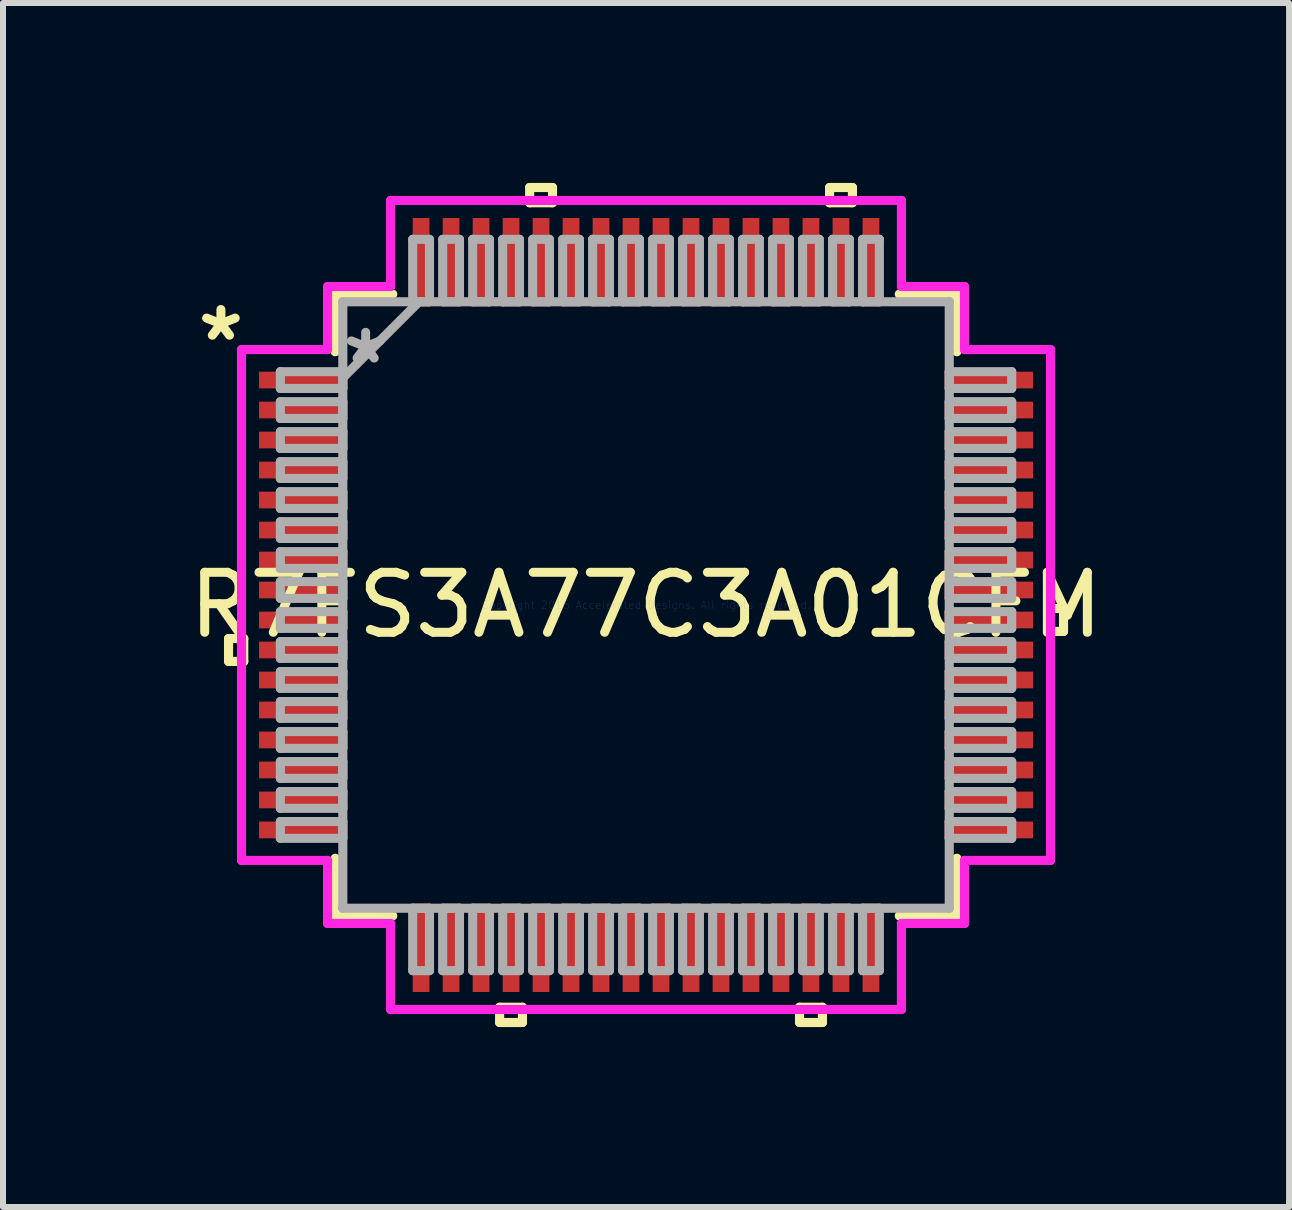
<source format=kicad_pcb>
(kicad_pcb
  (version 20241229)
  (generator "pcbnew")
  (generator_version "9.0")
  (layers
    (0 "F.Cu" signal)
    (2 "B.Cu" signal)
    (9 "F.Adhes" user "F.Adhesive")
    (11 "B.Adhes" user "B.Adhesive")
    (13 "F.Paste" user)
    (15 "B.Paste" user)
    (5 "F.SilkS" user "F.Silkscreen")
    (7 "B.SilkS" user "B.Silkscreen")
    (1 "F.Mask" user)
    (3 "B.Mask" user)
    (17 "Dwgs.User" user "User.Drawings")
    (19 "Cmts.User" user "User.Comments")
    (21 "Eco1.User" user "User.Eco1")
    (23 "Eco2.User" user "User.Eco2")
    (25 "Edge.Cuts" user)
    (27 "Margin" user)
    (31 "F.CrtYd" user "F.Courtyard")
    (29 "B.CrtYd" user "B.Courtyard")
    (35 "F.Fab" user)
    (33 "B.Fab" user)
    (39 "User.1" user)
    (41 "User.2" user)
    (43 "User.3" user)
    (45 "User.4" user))
  (footprint "R7FS3A77C3A01CFM"
    (layer "F.Cu")
    (at 7.72 7.036)
    (property "Reference" "R7FS3A77C3A01CFM" (at 0 0 0) (layer "F.SilkS") (effects (font (size 1 1) (thickness 0.15))))
    (attr through_hole)
    (fp_line (start -6.96 0.56) (end -6.96 0.941) (stroke (width 0.152) (type solid)) (layer "F.SilkS"))
    (fp_line (start -6.96 0.941) (end -6.706 0.941) (stroke (width 0.152) (type solid)) (layer "F.SilkS"))
    (fp_line (start -6.706 0.56) (end -6.96 0.56) (stroke (width 0.152) (type solid)) (layer "F.SilkS"))
    (fp_line (start -6.706 0.941) (end -6.706 0.56) (stroke (width 0.152) (type solid)) (layer "F.SilkS"))
    (fp_line (start -5.182 -5.182) (end -5.182 -4.222) (stroke (width 0.152) (type solid)) (layer "F.SilkS"))
    (fp_line (start -5.182 4.222) (end -5.182 5.182) (stroke (width 0.152) (type solid)) (layer "F.SilkS"))
    (fp_line (start -5.182 5.182) (end -4.222 5.182) (stroke (width 0.152) (type solid)) (layer "F.SilkS"))
    (fp_line (start -4.222 -5.182) (end -5.182 -5.182) (stroke (width 0.152) (type solid)) (layer "F.SilkS"))
    (fp_line (start -2.441 6.706) (end -2.441 6.96) (stroke (width 0.152) (type solid)) (layer "F.SilkS"))
    (fp_line (start -2.441 6.96) (end -2.06 6.96) (stroke (width 0.152) (type solid)) (layer "F.SilkS"))
    (fp_line (start -2.06 6.706) (end -2.441 6.706) (stroke (width 0.152) (type solid)) (layer "F.SilkS"))
    (fp_line (start -2.06 6.96) (end -2.06 6.706) (stroke (width 0.152) (type solid)) (layer "F.SilkS"))
    (fp_line (start -1.94 -6.96) (end -1.559 -6.96) (stroke (width 0.152) (type solid)) (layer "F.SilkS"))
    (fp_line (start -1.94 -6.706) (end -1.94 -6.96) (stroke (width 0.152) (type solid)) (layer "F.SilkS"))
    (fp_line (start -1.559 -6.96) (end -1.559 -6.706) (stroke (width 0.152) (type solid)) (layer "F.SilkS"))
    (fp_line (start -1.559 -6.706) (end -1.94 -6.706) (stroke (width 0.152) (type solid)) (layer "F.SilkS"))
    (fp_line (start 2.559 6.706) (end 2.559 6.96) (stroke (width 0.152) (type solid)) (layer "F.SilkS"))
    (fp_line (start 2.559 6.96) (end 2.941 6.96) (stroke (width 0.152) (type solid)) (layer "F.SilkS"))
    (fp_line (start 2.941 6.706) (end 2.559 6.706) (stroke (width 0.152) (type solid)) (layer "F.SilkS"))
    (fp_line (start 2.941 6.96) (end 2.941 6.706) (stroke (width 0.152) (type solid)) (layer "F.SilkS"))
    (fp_line (start 3.06 -6.96) (end 3.441 -6.96) (stroke (width 0.152) (type solid)) (layer "F.SilkS"))
    (fp_line (start 3.06 -6.706) (end 3.06 -6.96) (stroke (width 0.152) (type solid)) (layer "F.SilkS"))
    (fp_line (start 3.441 -6.96) (end 3.441 -6.706) (stroke (width 0.152) (type solid)) (layer "F.SilkS"))
    (fp_line (start 3.441 -6.706) (end 3.06 -6.706) (stroke (width 0.152) (type solid)) (layer "F.SilkS"))
    (fp_line (start 4.222 5.182) (end 5.182 5.182) (stroke (width 0.152) (type solid)) (layer "F.SilkS"))
    (fp_line (start 5.182 -5.182) (end 4.222 -5.182) (stroke (width 0.152) (type solid)) (layer "F.SilkS"))
    (fp_line (start 5.182 -4.222) (end 5.182 -5.182) (stroke (width 0.152) (type solid)) (layer "F.SilkS"))
    (fp_line (start 5.182 5.182) (end 5.182 4.222) (stroke (width 0.152) (type solid)) (layer "F.SilkS"))
    (fp_line (start 6.706 0.059) (end 6.96 0.059) (stroke (width 0.152) (type solid)) (layer "F.SilkS"))
    (fp_line (start 6.706 0.441) (end 6.706 0.059) (stroke (width 0.152) (type solid)) (layer "F.SilkS"))
    (fp_line (start 6.96 0.059) (end 6.96 0.441) (stroke (width 0.152) (type solid)) (layer "F.SilkS"))
    (fp_line (start 6.96 0.441) (end 6.706 0.441) (stroke (width 0.152) (type solid)) (layer "F.SilkS"))
    (fp_line (start -6.744 -4.258) (end -5.309 -4.258) (stroke (width 0.152) (type solid)) (layer "F.CrtYd"))
    (fp_line (start -6.744 4.258) (end -6.744 -4.258) (stroke (width 0.152) (type solid)) (layer "F.CrtYd"))
    (fp_line (start -5.309 -5.309) (end -4.258 -5.309) (stroke (width 0.152) (type solid)) (layer "F.CrtYd"))
    (fp_line (start -5.309 -4.258) (end -5.309 -5.309) (stroke (width 0.152) (type solid)) (layer "F.CrtYd"))
    (fp_line (start -5.309 4.258) (end -6.744 4.258) (stroke (width 0.152) (type solid)) (layer "F.CrtYd"))
    (fp_line (start -5.309 5.309) (end -5.309 4.258) (stroke (width 0.152) (type solid)) (layer "F.CrtYd"))
    (fp_line (start -4.258 -6.744) (end 4.258 -6.744) (stroke (width 0.152) (type solid)) (layer "F.CrtYd"))
    (fp_line (start -4.258 -5.309) (end -4.258 -6.744) (stroke (width 0.152) (type solid)) (layer "F.CrtYd"))
    (fp_line (start -4.258 5.309) (end -5.309 5.309) (stroke (width 0.152) (type solid)) (layer "F.CrtYd"))
    (fp_line (start -4.258 6.744) (end -4.258 5.309) (stroke (width 0.152) (type solid)) (layer "F.CrtYd"))
    (fp_line (start 4.258 -6.744) (end 4.258 -5.309) (stroke (width 0.152) (type solid)) (layer "F.CrtYd"))
    (fp_line (start 4.258 -5.309) (end 5.309 -5.309) (stroke (width 0.152) (type solid)) (layer "F.CrtYd"))
    (fp_line (start 4.258 5.309) (end 4.258 6.744) (stroke (width 0.152) (type solid)) (layer "F.CrtYd"))
    (fp_line (start 4.258 6.744) (end -4.258 6.744) (stroke (width 0.152) (type solid)) (layer "F.CrtYd"))
    (fp_line (start 5.309 -5.309) (end 5.309 -4.258) (stroke (width 0.152) (type solid)) (layer "F.CrtYd"))
    (fp_line (start 5.309 -4.258) (end 6.744 -4.258) (stroke (width 0.152) (type solid)) (layer "F.CrtYd"))
    (fp_line (start 5.309 4.258) (end 5.309 5.309) (stroke (width 0.152) (type solid)) (layer "F.CrtYd"))
    (fp_line (start 5.309 5.309) (end 4.258 5.309) (stroke (width 0.152) (type solid)) (layer "F.CrtYd"))
    (fp_line (start 6.744 -4.258) (end 6.744 4.258) (stroke (width 0.152) (type solid)) (layer "F.CrtYd"))
    (fp_line (start 6.744 4.258) (end 5.309 4.258) (stroke (width 0.152) (type solid)) (layer "F.CrtYd"))
    (fp_line (start -6.096 -3.89) (end -6.096 -3.61) (stroke (width 0.152) (type solid)) (layer "F.Fab"))
    (fp_line (start -6.096 -3.61) (end -5.055 -3.61) (stroke (width 0.152) (type solid)) (layer "F.Fab"))
    (fp_line (start -6.096 -3.39) (end -6.096 -3.11) (stroke (width 0.152) (type solid)) (layer "F.Fab"))
    (fp_line (start -6.096 -3.11) (end -5.055 -3.11) (stroke (width 0.152) (type solid)) (layer "F.Fab"))
    (fp_line (start -6.096 -2.89) (end -6.096 -2.61) (stroke (width 0.152) (type solid)) (layer "F.Fab"))
    (fp_line (start -6.096 -2.61) (end -5.055 -2.61) (stroke (width 0.152) (type solid)) (layer "F.Fab"))
    (fp_line (start -6.096 -2.39) (end -6.096 -2.11) (stroke (width 0.152) (type solid)) (layer "F.Fab"))
    (fp_line (start -6.096 -2.11) (end -5.055 -2.11) (stroke (width 0.152) (type solid)) (layer "F.Fab"))
    (fp_line (start -6.096 -1.89) (end -6.096 -1.61) (stroke (width 0.152) (type solid)) (layer "F.Fab"))
    (fp_line (start -6.096 -1.61) (end -5.055 -1.61) (stroke (width 0.152) (type solid)) (layer "F.Fab"))
    (fp_line (start -6.096 -1.39) (end -6.096 -1.11) (stroke (width 0.152) (type solid)) (layer "F.Fab"))
    (fp_line (start -6.096 -1.11) (end -5.055 -1.11) (stroke (width 0.152) (type solid)) (layer "F.Fab"))
    (fp_line (start -6.096 -0.89) (end -6.096 -0.61) (stroke (width 0.152) (type solid)) (layer "F.Fab"))
    (fp_line (start -6.096 -0.61) (end -5.055 -0.61) (stroke (width 0.152) (type solid)) (layer "F.Fab"))
    (fp_line (start -6.096 -0.39) (end -6.096 -0.11) (stroke (width 0.152) (type solid)) (layer "F.Fab"))
    (fp_line (start -6.096 -0.11) (end -5.055 -0.11) (stroke (width 0.152) (type solid)) (layer "F.Fab"))
    (fp_line (start -6.096 0.11) (end -6.096 0.39) (stroke (width 0.152) (type solid)) (layer "F.Fab"))
    (fp_line (start -6.096 0.39) (end -5.055 0.39) (stroke (width 0.152) (type solid)) (layer "F.Fab"))
    (fp_line (start -6.096 0.61) (end -6.096 0.89) (stroke (width 0.152) (type solid)) (layer "F.Fab"))
    (fp_line (start -6.096 0.89) (end -5.055 0.89) (stroke (width 0.152) (type solid)) (layer "F.Fab"))
    (fp_line (start -6.096 1.11) (end -6.096 1.39) (stroke (width 0.152) (type solid)) (layer "F.Fab"))
    (fp_line (start -6.096 1.39) (end -5.055 1.39) (stroke (width 0.152) (type solid)) (layer "F.Fab"))
    (fp_line (start -6.096 1.61) (end -6.096 1.89) (stroke (width 0.152) (type solid)) (layer "F.Fab"))
    (fp_line (start -6.096 1.89) (end -5.055 1.89) (stroke (width 0.152) (type solid)) (layer "F.Fab"))
    (fp_line (start -6.096 2.11) (end -6.096 2.39) (stroke (width 0.152) (type solid)) (layer "F.Fab"))
    (fp_line (start -6.096 2.39) (end -5.055 2.39) (stroke (width 0.152) (type solid)) (layer "F.Fab"))
    (fp_line (start -6.096 2.61) (end -6.096 2.89) (stroke (width 0.152) (type solid)) (layer "F.Fab"))
    (fp_line (start -6.096 2.89) (end -5.055 2.89) (stroke (width 0.152) (type solid)) (layer "F.Fab"))
    (fp_line (start -6.096 3.11) (end -6.096 3.39) (stroke (width 0.152) (type solid)) (layer "F.Fab"))
    (fp_line (start -6.096 3.39) (end -5.055 3.39) (stroke (width 0.152) (type solid)) (layer "F.Fab"))
    (fp_line (start -6.096 3.61) (end -6.096 3.89) (stroke (width 0.152) (type solid)) (layer "F.Fab"))
    (fp_line (start -6.096 3.89) (end -5.055 3.89) (stroke (width 0.152) (type solid)) (layer "F.Fab"))
    (fp_line (start -5.055 -5.055) (end -5.055 -5.055) (stroke (width 0.152) (type solid)) (layer "F.Fab"))
    (fp_line (start -5.055 -5.055) (end -5.055 5.055) (stroke (width 0.152) (type solid)) (layer "F.Fab"))
    (fp_line (start -5.055 -3.89) (end -6.096 -3.89) (stroke (width 0.152) (type solid)) (layer "F.Fab"))
    (fp_line (start -5.055 -3.785) (end -3.785 -5.055) (stroke (width 0.152) (type solid)) (layer "F.Fab"))
    (fp_line (start -5.055 -3.61) (end -5.055 -3.89) (stroke (width 0.152) (type solid)) (layer "F.Fab"))
    (fp_line (start -5.055 -3.39) (end -6.096 -3.39) (stroke (width 0.152) (type solid)) (layer "F.Fab"))
    (fp_line (start -5.055 -3.11) (end -5.055 -3.39) (stroke (width 0.152) (type solid)) (layer "F.Fab"))
    (fp_line (start -5.055 -2.89) (end -6.096 -2.89) (stroke (width 0.152) (type solid)) (layer "F.Fab"))
    (fp_line (start -5.055 -2.61) (end -5.055 -2.89) (stroke (width 0.152) (type solid)) (layer "F.Fab"))
    (fp_line (start -5.055 -2.39) (end -6.096 -2.39) (stroke (width 0.152) (type solid)) (layer "F.Fab"))
    (fp_line (start -5.055 -2.11) (end -5.055 -2.39) (stroke (width 0.152) (type solid)) (layer "F.Fab"))
    (fp_line (start -5.055 -1.89) (end -6.096 -1.89) (stroke (width 0.152) (type solid)) (layer "F.Fab"))
    (fp_line (start -5.055 -1.61) (end -5.055 -1.89) (stroke (width 0.152) (type solid)) (layer "F.Fab"))
    (fp_line (start -5.055 -1.39) (end -6.096 -1.39) (stroke (width 0.152) (type solid)) (layer "F.Fab"))
    (fp_line (start -5.055 -1.11) (end -5.055 -1.39) (stroke (width 0.152) (type solid)) (layer "F.Fab"))
    (fp_line (start -5.055 -0.89) (end -6.096 -0.89) (stroke (width 0.152) (type solid)) (layer "F.Fab"))
    (fp_line (start -5.055 -0.61) (end -5.055 -0.89) (stroke (width 0.152) (type solid)) (layer "F.Fab"))
    (fp_line (start -5.055 -0.39) (end -6.096 -0.39) (stroke (width 0.152) (type solid)) (layer "F.Fab"))
    (fp_line (start -5.055 -0.11) (end -5.055 -0.39) (stroke (width 0.152) (type solid)) (layer "F.Fab"))
    (fp_line (start -5.055 0.11) (end -6.096 0.11) (stroke (width 0.152) (type solid)) (layer "F.Fab"))
    (fp_line (start -5.055 0.39) (end -5.055 0.11) (stroke (width 0.152) (type solid)) (layer "F.Fab"))
    (fp_line (start -5.055 0.61) (end -6.096 0.61) (stroke (width 0.152) (type solid)) (layer "F.Fab"))
    (fp_line (start -5.055 0.89) (end -5.055 0.61) (stroke (width 0.152) (type solid)) (layer "F.Fab"))
    (fp_line (start -5.055 1.11) (end -6.096 1.11) (stroke (width 0.152) (type solid)) (layer "F.Fab"))
    (fp_line (start -5.055 1.39) (end -5.055 1.11) (stroke (width 0.152) (type solid)) (layer "F.Fab"))
    (fp_line (start -5.055 1.61) (end -6.096 1.61) (stroke (width 0.152) (type solid)) (layer "F.Fab"))
    (fp_line (start -5.055 1.89) (end -5.055 1.61) (stroke (width 0.152) (type solid)) (layer "F.Fab"))
    (fp_line (start -5.055 2.11) (end -6.096 2.11) (stroke (width 0.152) (type solid)) (layer "F.Fab"))
    (fp_line (start -5.055 2.39) (end -5.055 2.11) (stroke (width 0.152) (type solid)) (layer "F.Fab"))
    (fp_line (start -5.055 2.61) (end -6.096 2.61) (stroke (width 0.152) (type solid)) (layer "F.Fab"))
    (fp_line (start -5.055 2.89) (end -5.055 2.61) (stroke (width 0.152) (type solid)) (layer "F.Fab"))
    (fp_line (start -5.055 3.11) (end -6.096 3.11) (stroke (width 0.152) (type solid)) (layer "F.Fab"))
    (fp_line (start -5.055 3.39) (end -5.055 3.11) (stroke (width 0.152) (type solid)) (layer "F.Fab"))
    (fp_line (start -5.055 3.61) (end -6.096 3.61) (stroke (width 0.152) (type solid)) (layer "F.Fab"))
    (fp_line (start -5.055 3.89) (end -5.055 3.61) (stroke (width 0.152) (type solid)) (layer "F.Fab"))
    (fp_line (start -5.055 5.055) (end -5.055 5.055) (stroke (width 0.152) (type solid)) (layer "F.Fab"))
    (fp_line (start -5.055 5.055) (end 5.055 5.055) (stroke (width 0.152) (type solid)) (layer "F.Fab"))
    (fp_line (start -3.89 -6.096) (end -3.89 -5.055) (stroke (width 0.152) (type solid)) (layer "F.Fab"))
    (fp_line (start -3.89 -5.055) (end -3.61 -5.055) (stroke (width 0.152) (type solid)) (layer "F.Fab"))
    (fp_line (start -3.89 5.055) (end -3.89 6.096) (stroke (width 0.152) (type solid)) (layer "F.Fab"))
    (fp_line (start -3.89 6.096) (end -3.61 6.096) (stroke (width 0.152) (type solid)) (layer "F.Fab"))
    (fp_line (start -3.61 -6.096) (end -3.89 -6.096) (stroke (width 0.152) (type solid)) (layer "F.Fab"))
    (fp_line (start -3.61 -5.055) (end -3.61 -6.096) (stroke (width 0.152) (type solid)) (layer "F.Fab"))
    (fp_line (start -3.61 5.055) (end -3.89 5.055) (stroke (width 0.152) (type solid)) (layer "F.Fab"))
    (fp_line (start -3.61 6.096) (end -3.61 5.055) (stroke (width 0.152) (type solid)) (layer "F.Fab"))
    (fp_line (start -3.39 -6.096) (end -3.39 -5.055) (stroke (width 0.152) (type solid)) (layer "F.Fab"))
    (fp_line (start -3.39 -5.055) (end -3.11 -5.055) (stroke (width 0.152) (type solid)) (layer "F.Fab"))
    (fp_line (start -3.39 5.055) (end -3.39 6.096) (stroke (width 0.152) (type solid)) (layer "F.Fab"))
    (fp_line (start -3.39 6.096) (end -3.11 6.096) (stroke (width 0.152) (type solid)) (layer "F.Fab"))
    (fp_line (start -3.11 -6.096) (end -3.39 -6.096) (stroke (width 0.152) (type solid)) (layer "F.Fab"))
    (fp_line (start -3.11 -5.055) (end -3.11 -6.096) (stroke (width 0.152) (type solid)) (layer "F.Fab"))
    (fp_line (start -3.11 5.055) (end -3.39 5.055) (stroke (width 0.152) (type solid)) (layer "F.Fab"))
    (fp_line (start -3.11 6.096) (end -3.11 5.055) (stroke (width 0.152) (type solid)) (layer "F.Fab"))
    (fp_line (start -2.89 -6.096) (end -2.89 -5.055) (stroke (width 0.152) (type solid)) (layer "F.Fab"))
    (fp_line (start -2.89 -5.055) (end -2.61 -5.055) (stroke (width 0.152) (type solid)) (layer "F.Fab"))
    (fp_line (start -2.89 5.055) (end -2.89 6.096) (stroke (width 0.152) (type solid)) (layer "F.Fab"))
    (fp_line (start -2.89 6.096) (end -2.61 6.096) (stroke (width 0.152) (type solid)) (layer "F.Fab"))
    (fp_line (start -2.61 -6.096) (end -2.89 -6.096) (stroke (width 0.152) (type solid)) (layer "F.Fab"))
    (fp_line (start -2.61 -5.055) (end -2.61 -6.096) (stroke (width 0.152) (type solid)) (layer "F.Fab"))
    (fp_line (start -2.61 5.055) (end -2.89 5.055) (stroke (width 0.152) (type solid)) (layer "F.Fab"))
    (fp_line (start -2.61 6.096) (end -2.61 5.055) (stroke (width 0.152) (type solid)) (layer "F.Fab"))
    (fp_line (start -2.39 -6.096) (end -2.39 -5.055) (stroke (width 0.152) (type solid)) (layer "F.Fab"))
    (fp_line (start -2.39 -5.055) (end -2.11 -5.055) (stroke (width 0.152) (type solid)) (layer "F.Fab"))
    (fp_line (start -2.39 5.055) (end -2.39 6.096) (stroke (width 0.152) (type solid)) (layer "F.Fab"))
    (fp_line (start -2.39 6.096) (end -2.11 6.096) (stroke (width 0.152) (type solid)) (layer "F.Fab"))
    (fp_line (start -2.11 -6.096) (end -2.39 -6.096) (stroke (width 0.152) (type solid)) (layer "F.Fab"))
    (fp_line (start -2.11 -5.055) (end -2.11 -6.096) (stroke (width 0.152) (type solid)) (layer "F.Fab"))
    (fp_line (start -2.11 5.055) (end -2.39 5.055) (stroke (width 0.152) (type solid)) (layer "F.Fab"))
    (fp_line (start -2.11 6.096) (end -2.11 5.055) (stroke (width 0.152) (type solid)) (layer "F.Fab"))
    (fp_line (start -1.89 -6.096) (end -1.89 -5.055) (stroke (width 0.152) (type solid)) (layer "F.Fab"))
    (fp_line (start -1.89 -5.055) (end -1.61 -5.055) (stroke (width 0.152) (type solid)) (layer "F.Fab"))
    (fp_line (start -1.89 5.055) (end -1.89 6.096) (stroke (width 0.152) (type solid)) (layer "F.Fab"))
    (fp_line (start -1.89 6.096) (end -1.61 6.096) (stroke (width 0.152) (type solid)) (layer "F.Fab"))
    (fp_line (start -1.61 -6.096) (end -1.89 -6.096) (stroke (width 0.152) (type solid)) (layer "F.Fab"))
    (fp_line (start -1.61 -5.055) (end -1.61 -6.096) (stroke (width 0.152) (type solid)) (layer "F.Fab"))
    (fp_line (start -1.61 5.055) (end -1.89 5.055) (stroke (width 0.152) (type solid)) (layer "F.Fab"))
    (fp_line (start -1.61 6.096) (end -1.61 5.055) (stroke (width 0.152) (type solid)) (layer "F.Fab"))
    (fp_line (start -1.39 -6.096) (end -1.39 -5.055) (stroke (width 0.152) (type solid)) (layer "F.Fab"))
    (fp_line (start -1.39 -5.055) (end -1.11 -5.055) (stroke (width 0.152) (type solid)) (layer "F.Fab"))
    (fp_line (start -1.39 5.055) (end -1.39 6.096) (stroke (width 0.152) (type solid)) (layer "F.Fab"))
    (fp_line (start -1.39 6.096) (end -1.11 6.096) (stroke (width 0.152) (type solid)) (layer "F.Fab"))
    (fp_line (start -1.11 -6.096) (end -1.39 -6.096) (stroke (width 0.152) (type solid)) (layer "F.Fab"))
    (fp_line (start -1.11 -5.055) (end -1.11 -6.096) (stroke (width 0.152) (type solid)) (layer "F.Fab"))
    (fp_line (start -1.11 5.055) (end -1.39 5.055) (stroke (width 0.152) (type solid)) (layer "F.Fab"))
    (fp_line (start -1.11 6.096) (end -1.11 5.055) (stroke (width 0.152) (type solid)) (layer "F.Fab"))
    (fp_line (start -0.89 -6.096) (end -0.89 -5.055) (stroke (width 0.152) (type solid)) (layer "F.Fab"))
    (fp_line (start -0.89 -5.055) (end -0.61 -5.055) (stroke (width 0.152) (type solid)) (layer "F.Fab"))
    (fp_line (start -0.89 5.055) (end -0.89 6.096) (stroke (width 0.152) (type solid)) (layer "F.Fab"))
    (fp_line (start -0.89 6.096) (end -0.61 6.096) (stroke (width 0.152) (type solid)) (layer "F.Fab"))
    (fp_line (start -0.61 -6.096) (end -0.89 -6.096) (stroke (width 0.152) (type solid)) (layer "F.Fab"))
    (fp_line (start -0.61 -5.055) (end -0.61 -6.096) (stroke (width 0.152) (type solid)) (layer "F.Fab"))
    (fp_line (start -0.61 5.055) (end -0.89 5.055) (stroke (width 0.152) (type solid)) (layer "F.Fab"))
    (fp_line (start -0.61 6.096) (end -0.61 5.055) (stroke (width 0.152) (type solid)) (layer "F.Fab"))
    (fp_line (start -0.39 -6.096) (end -0.39 -5.055) (stroke (width 0.152) (type solid)) (layer "F.Fab"))
    (fp_line (start -0.39 -5.055) (end -0.11 -5.055) (stroke (width 0.152) (type solid)) (layer "F.Fab"))
    (fp_line (start -0.39 5.055) (end -0.39 6.096) (stroke (width 0.152) (type solid)) (layer "F.Fab"))
    (fp_line (start -0.39 6.096) (end -0.11 6.096) (stroke (width 0.152) (type solid)) (layer "F.Fab"))
    (fp_line (start -0.11 -6.096) (end -0.39 -6.096) (stroke (width 0.152) (type solid)) (layer "F.Fab"))
    (fp_line (start -0.11 -5.055) (end -0.11 -6.096) (stroke (width 0.152) (type solid)) (layer "F.Fab"))
    (fp_line (start -0.11 5.055) (end -0.39 5.055) (stroke (width 0.152) (type solid)) (layer "F.Fab"))
    (fp_line (start -0.11 6.096) (end -0.11 5.055) (stroke (width 0.152) (type solid)) (layer "F.Fab"))
    (fp_line (start 0.11 -6.096) (end 0.11 -5.055) (stroke (width 0.152) (type solid)) (layer "F.Fab"))
    (fp_line (start 0.11 -5.055) (end 0.39 -5.055) (stroke (width 0.152) (type solid)) (layer "F.Fab"))
    (fp_line (start 0.11 5.055) (end 0.11 6.096) (stroke (width 0.152) (type solid)) (layer "F.Fab"))
    (fp_line (start 0.11 6.096) (end 0.39 6.096) (stroke (width 0.152) (type solid)) (layer "F.Fab"))
    (fp_line (start 0.39 -6.096) (end 0.11 -6.096) (stroke (width 0.152) (type solid)) (layer "F.Fab"))
    (fp_line (start 0.39 -5.055) (end 0.39 -6.096) (stroke (width 0.152) (type solid)) (layer "F.Fab"))
    (fp_line (start 0.39 5.055) (end 0.11 5.055) (stroke (width 0.152) (type solid)) (layer "F.Fab"))
    (fp_line (start 0.39 6.096) (end 0.39 5.055) (stroke (width 0.152) (type solid)) (layer "F.Fab"))
    (fp_line (start 0.61 -6.096) (end 0.61 -5.055) (stroke (width 0.152) (type solid)) (layer "F.Fab"))
    (fp_line (start 0.61 -5.055) (end 0.89 -5.055) (stroke (width 0.152) (type solid)) (layer "F.Fab"))
    (fp_line (start 0.61 5.055) (end 0.61 6.096) (stroke (width 0.152) (type solid)) (layer "F.Fab"))
    (fp_line (start 0.61 6.096) (end 0.89 6.096) (stroke (width 0.152) (type solid)) (layer "F.Fab"))
    (fp_line (start 0.89 -6.096) (end 0.61 -6.096) (stroke (width 0.152) (type solid)) (layer "F.Fab"))
    (fp_line (start 0.89 -5.055) (end 0.89 -6.096) (stroke (width 0.152) (type solid)) (layer "F.Fab"))
    (fp_line (start 0.89 5.055) (end 0.61 5.055) (stroke (width 0.152) (type solid)) (layer "F.Fab"))
    (fp_line (start 0.89 6.096) (end 0.89 5.055) (stroke (width 0.152) (type solid)) (layer "F.Fab"))
    (fp_line (start 1.11 -6.096) (end 1.11 -5.055) (stroke (width 0.152) (type solid)) (layer "F.Fab"))
    (fp_line (start 1.11 -5.055) (end 1.39 -5.055) (stroke (width 0.152) (type solid)) (layer "F.Fab"))
    (fp_line (start 1.11 5.055) (end 1.11 6.096) (stroke (width 0.152) (type solid)) (layer "F.Fab"))
    (fp_line (start 1.11 6.096) (end 1.39 6.096) (stroke (width 0.152) (type solid)) (layer "F.Fab"))
    (fp_line (start 1.39 -6.096) (end 1.11 -6.096) (stroke (width 0.152) (type solid)) (layer "F.Fab"))
    (fp_line (start 1.39 -5.055) (end 1.39 -6.096) (stroke (width 0.152) (type solid)) (layer "F.Fab"))
    (fp_line (start 1.39 5.055) (end 1.11 5.055) (stroke (width 0.152) (type solid)) (layer "F.Fab"))
    (fp_line (start 1.39 6.096) (end 1.39 5.055) (stroke (width 0.152) (type solid)) (layer "F.Fab"))
    (fp_line (start 1.61 -6.096) (end 1.61 -5.055) (stroke (width 0.152) (type solid)) (layer "F.Fab"))
    (fp_line (start 1.61 -5.055) (end 1.89 -5.055) (stroke (width 0.152) (type solid)) (layer "F.Fab"))
    (fp_line (start 1.61 5.055) (end 1.61 6.096) (stroke (width 0.152) (type solid)) (layer "F.Fab"))
    (fp_line (start 1.61 6.096) (end 1.89 6.096) (stroke (width 0.152) (type solid)) (layer "F.Fab"))
    (fp_line (start 1.89 -6.096) (end 1.61 -6.096) (stroke (width 0.152) (type solid)) (layer "F.Fab"))
    (fp_line (start 1.89 -5.055) (end 1.89 -6.096) (stroke (width 0.152) (type solid)) (layer "F.Fab"))
    (fp_line (start 1.89 5.055) (end 1.61 5.055) (stroke (width 0.152) (type solid)) (layer "F.Fab"))
    (fp_line (start 1.89 6.096) (end 1.89 5.055) (stroke (width 0.152) (type solid)) (layer "F.Fab"))
    (fp_line (start 2.11 -6.096) (end 2.11 -5.055) (stroke (width 0.152) (type solid)) (layer "F.Fab"))
    (fp_line (start 2.11 -5.055) (end 2.39 -5.055) (stroke (width 0.152) (type solid)) (layer "F.Fab"))
    (fp_line (start 2.11 5.055) (end 2.11 6.096) (stroke (width 0.152) (type solid)) (layer "F.Fab"))
    (fp_line (start 2.11 6.096) (end 2.39 6.096) (stroke (width 0.152) (type solid)) (layer "F.Fab"))
    (fp_line (start 2.39 -6.096) (end 2.11 -6.096) (stroke (width 0.152) (type solid)) (layer "F.Fab"))
    (fp_line (start 2.39 -5.055) (end 2.39 -6.096) (stroke (width 0.152) (type solid)) (layer "F.Fab"))
    (fp_line (start 2.39 5.055) (end 2.11 5.055) (stroke (width 0.152) (type solid)) (layer "F.Fab"))
    (fp_line (start 2.39 6.096) (end 2.39 5.055) (stroke (width 0.152) (type solid)) (layer "F.Fab"))
    (fp_line (start 2.61 -6.096) (end 2.61 -5.055) (stroke (width 0.152) (type solid)) (layer "F.Fab"))
    (fp_line (start 2.61 -5.055) (end 2.89 -5.055) (stroke (width 0.152) (type solid)) (layer "F.Fab"))
    (fp_line (start 2.61 5.055) (end 2.61 6.096) (stroke (width 0.152) (type solid)) (layer "F.Fab"))
    (fp_line (start 2.61 6.096) (end 2.89 6.096) (stroke (width 0.152) (type solid)) (layer "F.Fab"))
    (fp_line (start 2.89 -6.096) (end 2.61 -6.096) (stroke (width 0.152) (type solid)) (layer "F.Fab"))
    (fp_line (start 2.89 -5.055) (end 2.89 -6.096) (stroke (width 0.152) (type solid)) (layer "F.Fab"))
    (fp_line (start 2.89 5.055) (end 2.61 5.055) (stroke (width 0.152) (type solid)) (layer "F.Fab"))
    (fp_line (start 2.89 6.096) (end 2.89 5.055) (stroke (width 0.152) (type solid)) (layer "F.Fab"))
    (fp_line (start 3.11 -6.096) (end 3.11 -5.055) (stroke (width 0.152) (type solid)) (layer "F.Fab"))
    (fp_line (start 3.11 -5.055) (end 3.39 -5.055) (stroke (width 0.152) (type solid)) (layer "F.Fab"))
    (fp_line (start 3.11 5.055) (end 3.11 6.096) (stroke (width 0.152) (type solid)) (layer "F.Fab"))
    (fp_line (start 3.11 6.096) (end 3.39 6.096) (stroke (width 0.152) (type solid)) (layer "F.Fab"))
    (fp_line (start 3.39 -6.096) (end 3.11 -6.096) (stroke (width 0.152) (type solid)) (layer "F.Fab"))
    (fp_line (start 3.39 -5.055) (end 3.39 -6.096) (stroke (width 0.152) (type solid)) (layer "F.Fab"))
    (fp_line (start 3.39 5.055) (end 3.11 5.055) (stroke (width 0.152) (type solid)) (layer "F.Fab"))
    (fp_line (start 3.39 6.096) (end 3.39 5.055) (stroke (width 0.152) (type solid)) (layer "F.Fab"))
    (fp_line (start 3.61 -6.096) (end 3.61 -5.055) (stroke (width 0.152) (type solid)) (layer "F.Fab"))
    (fp_line (start 3.61 -5.055) (end 3.89 -5.055) (stroke (width 0.152) (type solid)) (layer "F.Fab"))
    (fp_line (start 3.61 5.055) (end 3.61 6.096) (stroke (width 0.152) (type solid)) (layer "F.Fab"))
    (fp_line (start 3.61 6.096) (end 3.89 6.096) (stroke (width 0.152) (type solid)) (layer "F.Fab"))
    (fp_line (start 3.89 -6.096) (end 3.61 -6.096) (stroke (width 0.152) (type solid)) (layer "F.Fab"))
    (fp_line (start 3.89 -5.055) (end 3.89 -6.096) (stroke (width 0.152) (type solid)) (layer "F.Fab"))
    (fp_line (start 3.89 5.055) (end 3.61 5.055) (stroke (width 0.152) (type solid)) (layer "F.Fab"))
    (fp_line (start 3.89 6.096) (end 3.89 5.055) (stroke (width 0.152) (type solid)) (layer "F.Fab"))
    (fp_line (start 5.055 -5.055) (end -5.055 -5.055) (stroke (width 0.152) (type solid)) (layer "F.Fab"))
    (fp_line (start 5.055 -5.055) (end 5.055 -5.055) (stroke (width 0.152) (type solid)) (layer "F.Fab"))
    (fp_line (start 5.055 -3.89) (end 5.055 -3.61) (stroke (width 0.152) (type solid)) (layer "F.Fab"))
    (fp_line (start 5.055 -3.61) (end 6.096 -3.61) (stroke (width 0.152) (type solid)) (layer "F.Fab"))
    (fp_line (start 5.055 -3.39) (end 5.055 -3.11) (stroke (width 0.152) (type solid)) (layer "F.Fab"))
    (fp_line (start 5.055 -3.11) (end 6.096 -3.11) (stroke (width 0.152) (type solid)) (layer "F.Fab"))
    (fp_line (start 5.055 -2.89) (end 5.055 -2.61) (stroke (width 0.152) (type solid)) (layer "F.Fab"))
    (fp_line (start 5.055 -2.61) (end 6.096 -2.61) (stroke (width 0.152) (type solid)) (layer "F.Fab"))
    (fp_line (start 5.055 -2.39) (end 5.055 -2.11) (stroke (width 0.152) (type solid)) (layer "F.Fab"))
    (fp_line (start 5.055 -2.11) (end 6.096 -2.11) (stroke (width 0.152) (type solid)) (layer "F.Fab"))
    (fp_line (start 5.055 -1.89) (end 5.055 -1.61) (stroke (width 0.152) (type solid)) (layer "F.Fab"))
    (fp_line (start 5.055 -1.61) (end 6.096 -1.61) (stroke (width 0.152) (type solid)) (layer "F.Fab"))
    (fp_line (start 5.055 -1.39) (end 5.055 -1.11) (stroke (width 0.152) (type solid)) (layer "F.Fab"))
    (fp_line (start 5.055 -1.11) (end 6.096 -1.11) (stroke (width 0.152) (type solid)) (layer "F.Fab"))
    (fp_line (start 5.055 -0.89) (end 5.055 -0.61) (stroke (width 0.152) (type solid)) (layer "F.Fab"))
    (fp_line (start 5.055 -0.61) (end 6.096 -0.61) (stroke (width 0.152) (type solid)) (layer "F.Fab"))
    (fp_line (start 5.055 -0.39) (end 5.055 -0.11) (stroke (width 0.152) (type solid)) (layer "F.Fab"))
    (fp_line (start 5.055 -0.11) (end 6.096 -0.11) (stroke (width 0.152) (type solid)) (layer "F.Fab"))
    (fp_line (start 5.055 0.11) (end 5.055 0.39) (stroke (width 0.152) (type solid)) (layer "F.Fab"))
    (fp_line (start 5.055 0.39) (end 6.096 0.39) (stroke (width 0.152) (type solid)) (layer "F.Fab"))
    (fp_line (start 5.055 0.61) (end 5.055 0.89) (stroke (width 0.152) (type solid)) (layer "F.Fab"))
    (fp_line (start 5.055 0.89) (end 6.096 0.89) (stroke (width 0.152) (type solid)) (layer "F.Fab"))
    (fp_line (start 5.055 1.11) (end 5.055 1.39) (stroke (width 0.152) (type solid)) (layer "F.Fab"))
    (fp_line (start 5.055 1.39) (end 6.096 1.39) (stroke (width 0.152) (type solid)) (layer "F.Fab"))
    (fp_line (start 5.055 1.61) (end 5.055 1.89) (stroke (width 0.152) (type solid)) (layer "F.Fab"))
    (fp_line (start 5.055 1.89) (end 6.096 1.89) (stroke (width 0.152) (type solid)) (layer "F.Fab"))
    (fp_line (start 5.055 2.11) (end 5.055 2.39) (stroke (width 0.152) (type solid)) (layer "F.Fab"))
    (fp_line (start 5.055 2.39) (end 6.096 2.39) (stroke (width 0.152) (type solid)) (layer "F.Fab"))
    (fp_line (start 5.055 2.61) (end 5.055 2.89) (stroke (width 0.152) (type solid)) (layer "F.Fab"))
    (fp_line (start 5.055 2.89) (end 6.096 2.89) (stroke (width 0.152) (type solid)) (layer "F.Fab"))
    (fp_line (start 5.055 3.11) (end 5.055 3.39) (stroke (width 0.152) (type solid)) (layer "F.Fab"))
    (fp_line (start 5.055 3.39) (end 6.096 3.39) (stroke (width 0.152) (type solid)) (layer "F.Fab"))
    (fp_line (start 5.055 3.61) (end 5.055 3.89) (stroke (width 0.152) (type solid)) (layer "F.Fab"))
    (fp_line (start 5.055 3.89) (end 6.096 3.89) (stroke (width 0.152) (type solid)) (layer "F.Fab"))
    (fp_line (start 5.055 5.055) (end 5.055 -5.055) (stroke (width 0.152) (type solid)) (layer "F.Fab"))
    (fp_line (start 5.055 5.055) (end 5.055 5.055) (stroke (width 0.152) (type solid)) (layer "F.Fab"))
    (fp_line (start 6.096 -3.89) (end 5.055 -3.89) (stroke (width 0.152) (type solid)) (layer "F.Fab"))
    (fp_line (start 6.096 -3.61) (end 6.096 -3.89) (stroke (width 0.152) (type solid)) (layer "F.Fab"))
    (fp_line (start 6.096 -3.39) (end 5.055 -3.39) (stroke (width 0.152) (type solid)) (layer "F.Fab"))
    (fp_line (start 6.096 -3.11) (end 6.096 -3.39) (stroke (width 0.152) (type solid)) (layer "F.Fab"))
    (fp_line (start 6.096 -2.89) (end 5.055 -2.89) (stroke (width 0.152) (type solid)) (layer "F.Fab"))
    (fp_line (start 6.096 -2.61) (end 6.096 -2.89) (stroke (width 0.152) (type solid)) (layer "F.Fab"))
    (fp_line (start 6.096 -2.39) (end 5.055 -2.39) (stroke (width 0.152) (type solid)) (layer "F.Fab"))
    (fp_line (start 6.096 -2.11) (end 6.096 -2.39) (stroke (width 0.152) (type solid)) (layer "F.Fab"))
    (fp_line (start 6.096 -1.89) (end 5.055 -1.89) (stroke (width 0.152) (type solid)) (layer "F.Fab"))
    (fp_line (start 6.096 -1.61) (end 6.096 -1.89) (stroke (width 0.152) (type solid)) (layer "F.Fab"))
    (fp_line (start 6.096 -1.39) (end 5.055 -1.39) (stroke (width 0.152) (type solid)) (layer "F.Fab"))
    (fp_line (start 6.096 -1.11) (end 6.096 -1.39) (stroke (width 0.152) (type solid)) (layer "F.Fab"))
    (fp_line (start 6.096 -0.89) (end 5.055 -0.89) (stroke (width 0.152) (type solid)) (layer "F.Fab"))
    (fp_line (start 6.096 -0.61) (end 6.096 -0.89) (stroke (width 0.152) (type solid)) (layer "F.Fab"))
    (fp_line (start 6.096 -0.39) (end 5.055 -0.39) (stroke (width 0.152) (type solid)) (layer "F.Fab"))
    (fp_line (start 6.096 -0.11) (end 6.096 -0.39) (stroke (width 0.152) (type solid)) (layer "F.Fab"))
    (fp_line (start 6.096 0.11) (end 5.055 0.11) (stroke (width 0.152) (type solid)) (layer "F.Fab"))
    (fp_line (start 6.096 0.39) (end 6.096 0.11) (stroke (width 0.152) (type solid)) (layer "F.Fab"))
    (fp_line (start 6.096 0.61) (end 5.055 0.61) (stroke (width 0.152) (type solid)) (layer "F.Fab"))
    (fp_line (start 6.096 0.89) (end 6.096 0.61) (stroke (width 0.152) (type solid)) (layer "F.Fab"))
    (fp_line (start 6.096 1.11) (end 5.055 1.11) (stroke (width 0.152) (type solid)) (layer "F.Fab"))
    (fp_line (start 6.096 1.39) (end 6.096 1.11) (stroke (width 0.152) (type solid)) (layer "F.Fab"))
    (fp_line (start 6.096 1.61) (end 5.055 1.61) (stroke (width 0.152) (type solid)) (layer "F.Fab"))
    (fp_line (start 6.096 1.89) (end 6.096 1.61) (stroke (width 0.152) (type solid)) (layer "F.Fab"))
    (fp_line (start 6.096 2.11) (end 5.055 2.11) (stroke (width 0.152) (type solid)) (layer "F.Fab"))
    (fp_line (start 6.096 2.39) (end 6.096 2.11) (stroke (width 0.152) (type solid)) (layer "F.Fab"))
    (fp_line (start 6.096 2.61) (end 5.055 2.61) (stroke (width 0.152) (type solid)) (layer "F.Fab"))
    (fp_line (start 6.096 2.89) (end 6.096 2.61) (stroke (width 0.152) (type solid)) (layer "F.Fab"))
    (fp_line (start 6.096 3.11) (end 5.055 3.11) (stroke (width 0.152) (type solid)) (layer "F.Fab"))
    (fp_line (start 6.096 3.39) (end 6.096 3.11) (stroke (width 0.152) (type solid)) (layer "F.Fab"))
    (fp_line (start 6.096 3.61) (end 5.055 3.61) (stroke (width 0.152) (type solid)) (layer "F.Fab"))
    (fp_line (start 6.096 3.89) (end 6.096 3.61) (stroke (width 0.152) (type solid)) (layer "F.Fab"))
    (fp_text user "*" (at -7.087 -4.381 0) (layer "F.SilkS") (effects (font (size 1 1) (thickness 0.15))))
    (fp_text user "Copyright 2016 Accelerated Designs. All rights reserved." (at 0 0 0) (layer "Cmts.User") (effects (font (size 0.127 0.127) (thickness 0.002))))
    (fp_text user "*" (at -4.674 -4 0) (layer "F.Fab") (effects (font (size 1 1) (thickness 0.15))))
    (pad "1" smd rect (at -5.715 -3.75 90) (size 0.279 1.473) (layers "F.Cu" "F.Mask" "F.Paste"))
    (pad "2" smd rect (at -5.715 -3.25 90) (size 0.279 1.473) (layers "F.Cu" "F.Mask" "F.Paste"))
    (pad "3" smd rect (at -5.715 -2.75 90) (size 0.279 1.473) (layers "F.Cu" "F.Mask" "F.Paste"))
    (pad "4" smd rect (at -5.715 -2.25 90) (size 0.279 1.473) (layers "F.Cu" "F.Mask" "F.Paste"))
    (pad "5" smd rect (at -5.715 -1.75 90) (size 0.279 1.473) (layers "F.Cu" "F.Mask" "F.Paste"))
    (pad "6" smd rect (at -5.715 -1.25 90) (size 0.279 1.473) (layers "F.Cu" "F.Mask" "F.Paste"))
    (pad "7" smd rect (at -5.715 -0.75 90) (size 0.279 1.473) (layers "F.Cu" "F.Mask" "F.Paste"))
    (pad "8" smd rect (at -5.715 -0.25 90) (size 0.279 1.473) (layers "F.Cu" "F.Mask" "F.Paste"))
    (pad "9" smd rect (at -5.715 0.25 90) (size 0.279 1.473) (layers "F.Cu" "F.Mask" "F.Paste"))
    (pad "10" smd rect (at -5.715 0.75 90) (size 0.279 1.473) (layers "F.Cu" "F.Mask" "F.Paste"))
    (pad "11" smd rect (at -5.715 1.25 90) (size 0.279 1.473) (layers "F.Cu" "F.Mask" "F.Paste"))
    (pad "12" smd rect (at -5.715 1.75 90) (size 0.279 1.473) (layers "F.Cu" "F.Mask" "F.Paste"))
    (pad "13" smd rect (at -5.715 2.25 90) (size 0.279 1.473) (layers "F.Cu" "F.Mask" "F.Paste"))
    (pad "14" smd rect (at -5.715 2.75 90) (size 0.279 1.473) (layers "F.Cu" "F.Mask" "F.Paste"))
    (pad "15" smd rect (at -5.715 3.25 90) (size 0.279 1.473) (layers "F.Cu" "F.Mask" "F.Paste"))
    (pad "16" smd rect (at -5.715 3.75 90) (size 0.279 1.473) (layers "F.Cu" "F.Mask" "F.Paste"))
    (pad "17" smd rect (at -3.75 5.715) (size 0.279 1.473) (layers "F.Cu" "F.Mask" "F.Paste"))
    (pad "18" smd rect (at -3.25 5.715) (size 0.279 1.473) (layers "F.Cu" "F.Mask" "F.Paste"))
    (pad "19" smd rect (at -2.75 5.715) (size 0.279 1.473) (layers "F.Cu" "F.Mask" "F.Paste"))
    (pad "20" smd rect (at -2.25 5.715) (size 0.279 1.473) (layers "F.Cu" "F.Mask" "F.Paste"))
    (pad "21" smd rect (at -1.75 5.715) (size 0.279 1.473) (layers "F.Cu" "F.Mask" "F.Paste"))
    (pad "22" smd rect (at -1.25 5.715) (size 0.279 1.473) (layers "F.Cu" "F.Mask" "F.Paste"))
    (pad "23" smd rect (at -0.75 5.715) (size 0.279 1.473) (layers "F.Cu" "F.Mask" "F.Paste"))
    (pad "24" smd rect (at -0.25 5.715) (size 0.279 1.473) (layers "F.Cu" "F.Mask" "F.Paste"))
    (pad "25" smd rect (at 0.25 5.715) (size 0.279 1.473) (layers "F.Cu" "F.Mask" "F.Paste"))
    (pad "26" smd rect (at 0.75 5.715) (size 0.279 1.473) (layers "F.Cu" "F.Mask" "F.Paste"))
    (pad "27" smd rect (at 1.25 5.715) (size 0.279 1.473) (layers "F.Cu" "F.Mask" "F.Paste"))
    (pad "28" smd rect (at 1.75 5.715) (size 0.279 1.473) (layers "F.Cu" "F.Mask" "F.Paste"))
    (pad "29" smd rect (at 2.25 5.715) (size 0.279 1.473) (layers "F.Cu" "F.Mask" "F.Paste"))
    (pad "30" smd rect (at 2.75 5.715) (size 0.279 1.473) (layers "F.Cu" "F.Mask" "F.Paste"))
    (pad "31" smd rect (at 3.25 5.715) (size 0.279 1.473) (layers "F.Cu" "F.Mask" "F.Paste"))
    (pad "32" smd rect (at 3.75 5.715) (size 0.279 1.473) (layers "F.Cu" "F.Mask" "F.Paste"))
    (pad "33" smd rect (at 5.715 3.75 90) (size 0.279 1.473) (layers "F.Cu" "F.Mask" "F.Paste"))
    (pad "34" smd rect (at 5.715 3.25 90) (size 0.279 1.473) (layers "F.Cu" "F.Mask" "F.Paste"))
    (pad "35" smd rect (at 5.715 2.75 90) (size 0.279 1.473) (layers "F.Cu" "F.Mask" "F.Paste"))
    (pad "36" smd rect (at 5.715 2.25 90) (size 0.279 1.473) (layers "F.Cu" "F.Mask" "F.Paste"))
    (pad "37" smd rect (at 5.715 1.75 90) (size 0.279 1.473) (layers "F.Cu" "F.Mask" "F.Paste"))
    (pad "38" smd rect (at 5.715 1.25 90) (size 0.279 1.473) (layers "F.Cu" "F.Mask" "F.Paste"))
    (pad "39" smd rect (at 5.715 0.75 90) (size 0.279 1.473) (layers "F.Cu" "F.Mask" "F.Paste"))
    (pad "40" smd rect (at 5.715 0.25 90) (size 0.279 1.473) (layers "F.Cu" "F.Mask" "F.Paste"))
    (pad "41" smd rect (at 5.715 -0.25 90) (size 0.279 1.473) (layers "F.Cu" "F.Mask" "F.Paste"))
    (pad "42" smd rect (at 5.715 -0.75 90) (size 0.279 1.473) (layers "F.Cu" "F.Mask" "F.Paste"))
    (pad "43" smd rect (at 5.715 -1.25 90) (size 0.279 1.473) (layers "F.Cu" "F.Mask" "F.Paste"))
    (pad "44" smd rect (at 5.715 -1.75 90) (size 0.279 1.473) (layers "F.Cu" "F.Mask" "F.Paste"))
    (pad "45" smd rect (at 5.715 -2.25 90) (size 0.279 1.473) (layers "F.Cu" "F.Mask" "F.Paste"))
    (pad "46" smd rect (at 5.715 -2.75 90) (size 0.279 1.473) (layers "F.Cu" "F.Mask" "F.Paste"))
    (pad "47" smd rect (at 5.715 -3.25 90) (size 0.279 1.473) (layers "F.Cu" "F.Mask" "F.Paste"))
    (pad "48" smd rect (at 5.715 -3.75 90) (size 0.279 1.473) (layers "F.Cu" "F.Mask" "F.Paste"))
    (pad "49" smd rect (at 3.75 -5.715) (size 0.279 1.473) (layers "F.Cu" "F.Mask" "F.Paste"))
    (pad "50" smd rect (at 3.25 -5.715) (size 0.279 1.473) (layers "F.Cu" "F.Mask" "F.Paste"))
    (pad "51" smd rect (at 2.75 -5.715) (size 0.279 1.473) (layers "F.Cu" "F.Mask" "F.Paste"))
    (pad "52" smd rect (at 2.25 -5.715) (size 0.279 1.473) (layers "F.Cu" "F.Mask" "F.Paste"))
    (pad "53" smd rect (at 1.75 -5.715) (size 0.279 1.473) (layers "F.Cu" "F.Mask" "F.Paste"))
    (pad "54" smd rect (at 1.25 -5.715) (size 0.279 1.473) (layers "F.Cu" "F.Mask" "F.Paste"))
    (pad "55" smd rect (at 0.75 -5.715) (size 0.279 1.473) (layers "F.Cu" "F.Mask" "F.Paste"))
    (pad "56" smd rect (at 0.25 -5.715) (size 0.279 1.473) (layers "F.Cu" "F.Mask" "F.Paste"))
    (pad "57" smd rect (at -0.25 -5.715) (size 0.279 1.473) (layers "F.Cu" "F.Mask" "F.Paste"))
    (pad "58" smd rect (at -0.75 -5.715) (size 0.279 1.473) (layers "F.Cu" "F.Mask" "F.Paste"))
    (pad "59" smd rect (at -1.25 -5.715) (size 0.279 1.473) (layers "F.Cu" "F.Mask" "F.Paste"))
    (pad "60" smd rect (at -1.75 -5.715) (size 0.279 1.473) (layers "F.Cu" "F.Mask" "F.Paste"))
    (pad "61" smd rect (at -2.25 -5.715) (size 0.279 1.473) (layers "F.Cu" "F.Mask" "F.Paste"))
    (pad "62" smd rect (at -2.75 -5.715) (size 0.279 1.473) (layers "F.Cu" "F.Mask" "F.Paste"))
    (pad "63" smd rect (at -3.25 -5.715) (size 0.279 1.473) (layers "F.Cu" "F.Mask" "F.Paste"))
    (pad "64" smd rect (at -3.75 -5.715) (size 0.279 1.473) (layers "F.Cu" "F.Mask" "F.Paste")))
  (gr_rect
    (start -3 -3)
    (end 18.44 17.072)
    (stroke (width 0.1) (type default))
    (fill no)
    (layer "Edge.Cuts")))
</source>
